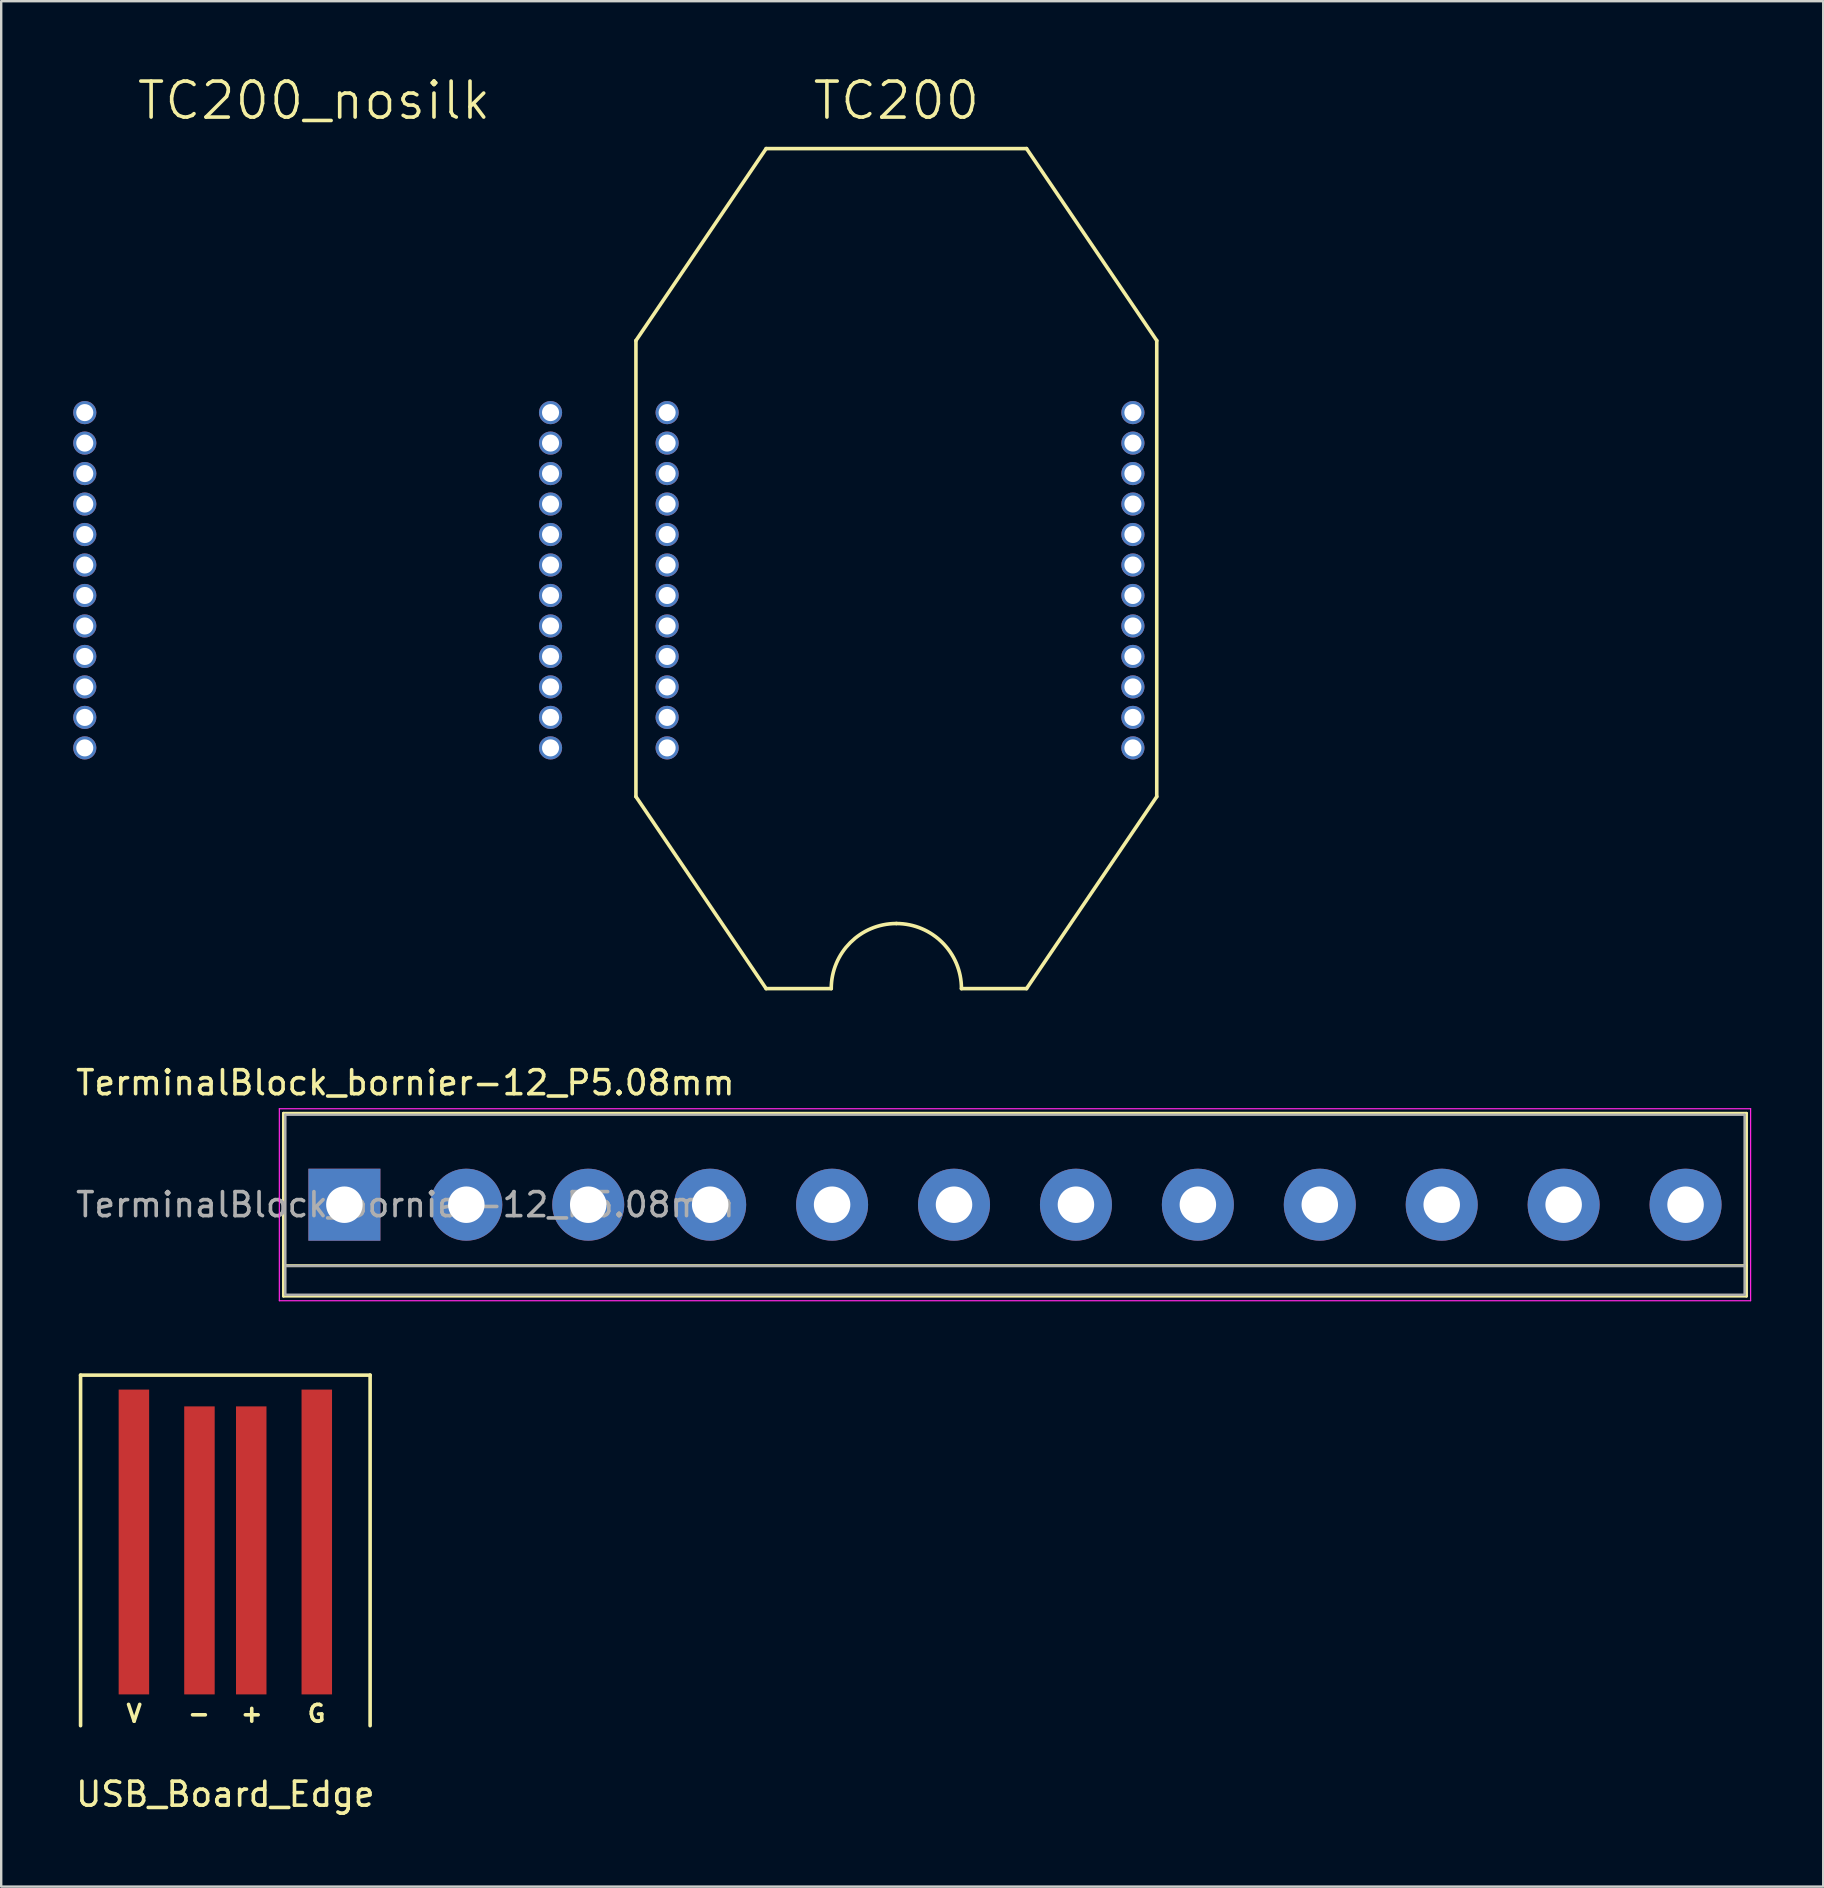
<source format=kicad_pcb>
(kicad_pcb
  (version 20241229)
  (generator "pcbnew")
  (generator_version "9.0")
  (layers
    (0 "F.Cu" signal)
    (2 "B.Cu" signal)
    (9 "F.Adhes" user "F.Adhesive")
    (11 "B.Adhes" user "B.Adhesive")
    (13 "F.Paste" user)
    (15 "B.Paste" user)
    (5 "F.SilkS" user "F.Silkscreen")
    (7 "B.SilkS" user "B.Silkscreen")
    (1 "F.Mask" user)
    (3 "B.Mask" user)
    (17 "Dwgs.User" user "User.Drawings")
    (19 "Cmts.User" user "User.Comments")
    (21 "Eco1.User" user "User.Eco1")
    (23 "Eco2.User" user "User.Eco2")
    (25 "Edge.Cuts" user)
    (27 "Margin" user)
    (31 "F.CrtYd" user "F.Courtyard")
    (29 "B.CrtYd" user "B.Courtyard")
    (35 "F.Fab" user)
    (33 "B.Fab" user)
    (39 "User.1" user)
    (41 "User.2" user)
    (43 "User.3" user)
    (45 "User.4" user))
  (footprint "TC200_nosilk"
    (layer "F.Cu")
    (at 9.976 21.141)
    (property "Reference" "TC200_nosilk" (at 0.056 -20 0) (layer "F.SilkS") (effects (font (size 1.5 1.5) (thickness 0.15))))
    (attr through_hole)
    (pad "1" thru_hole circle (at -9.494 -7) (size 0.965 0.965) (drill 0.711) (layers "*.Cu" "*.Mask"))
    (pad "2" thru_hole circle (at -9.494 -5.73) (size 0.965 0.965) (drill 0.711) (layers "*.Cu" "*.Mask"))
    (pad "3" thru_hole circle (at -9.494 -4.46) (size 0.965 0.965) (drill 0.711) (layers "*.Cu" "*.Mask"))
    (pad "4" thru_hole circle (at -9.494 -3.19) (size 0.965 0.965) (drill 0.711) (layers "*.Cu" "*.Mask"))
    (pad "5" thru_hole circle (at -9.494 -1.92) (size 0.965 0.965) (drill 0.711) (layers "*.Cu" "*.Mask"))
    (pad "6" thru_hole circle (at -9.494 -0.65) (size 0.965 0.965) (drill 0.711) (layers "*.Cu" "*.Mask"))
    (pad "7" thru_hole circle (at -9.494 0.62) (size 0.965 0.965) (drill 0.711) (layers "*.Cu" "*.Mask"))
    (pad "8" thru_hole circle (at -9.494 1.89) (size 0.965 0.965) (drill 0.711) (layers "*.Cu" "*.Mask"))
    (pad "9" thru_hole circle (at -9.494 3.16) (size 0.965 0.965) (drill 0.711) (layers "*.Cu" "*.Mask"))
    (pad "10" thru_hole circle (at -9.494 4.43) (size 0.965 0.965) (drill 0.711) (layers "*.Cu" "*.Mask"))
    (pad "11" thru_hole circle (at -9.494 5.7) (size 0.965 0.965) (drill 0.711) (layers "*.Cu" "*.Mask"))
    (pad "12" thru_hole circle (at -9.494 6.97) (size 0.965 0.965) (drill 0.711) (layers "*.Cu" "*.Mask"))
    (pad "13" thru_hole circle (at 9.912 6.97) (size 0.965 0.965) (drill 0.711) (layers "*.Cu" "*.Mask"))
    (pad "14" thru_hole circle (at 9.912 5.7) (size 0.965 0.965) (drill 0.711) (layers "*.Cu" "*.Mask"))
    (pad "15" thru_hole circle (at 9.912 4.43) (size 0.965 0.965) (drill 0.711) (layers "*.Cu" "*.Mask"))
    (pad "16" thru_hole circle (at 9.912 3.16) (size 0.965 0.965) (drill 0.711) (layers "*.Cu" "*.Mask"))
    (pad "17" thru_hole circle (at 9.912 1.89) (size 0.965 0.965) (drill 0.711) (layers "*.Cu" "*.Mask"))
    (pad "18" thru_hole circle (at 9.912 0.62) (size 0.965 0.965) (drill 0.711) (layers "*.Cu" "*.Mask"))
    (pad "19" thru_hole circle (at 9.912 -0.65) (size 0.965 0.965) (drill 0.711) (layers "*.Cu" "*.Mask"))
    (pad "20" thru_hole circle (at 9.912 -1.92) (size 0.965 0.965) (drill 0.711) (layers "*.Cu" "*.Mask"))
    (pad "21" thru_hole circle (at 9.912 -3.19) (size 0.965 0.965) (drill 0.711) (layers "*.Cu" "*.Mask"))
    (pad "22" thru_hole circle (at 9.912 -4.46) (size 0.965 0.965) (drill 0.711) (layers "*.Cu" "*.Mask"))
    (pad "23" thru_hole circle (at 9.912 -5.73) (size 0.965 0.965) (drill 0.711) (layers "*.Cu" "*.Mask"))
    (pad "24" thru_hole circle (at 9.912 -7) (size 0.965 0.965) (drill 0.711) (layers "*.Cu" "*.Mask")))
  (footprint "USB_Board_Edge"
    (layer "F.Cu")
    (at 6.339 61.547)
    (property "Reference" "USB_Board_Edge" (at 0 10.16 0) (layer "F.SilkS") (effects (font (size 1 1) (thickness 0.15))))
    (attr through_hole)
    (fp_line (start -6.032 -7.303) (end -6.032 7.303) (stroke (width 0.15) (type solid)) (layer "F.SilkS"))
    (fp_line (start -6.032 -7.303) (end 6.032 -7.303) (stroke (width 0.15) (type solid)) (layer "F.SilkS"))
    (fp_line (start 6.032 -7.303) (end 6.032 7.303) (stroke (width 0.15) (type solid)) (layer "F.SilkS"))
    (fp_text user "-" (at -1.1 6.8 0) (layer "F.SilkS") (effects (font (size 0.7 0.7) (thickness 0.15))))
    (fp_text user "+" (at 1.1 6.8 0) (layer "F.SilkS") (effects (font (size 0.7 0.7) (thickness 0.15))))
    (fp_text user "V" (at -3.8 6.8 0) (layer "F.SilkS") (effects (font (size 0.7 0.7) (thickness 0.15))))
    (fp_text user "G" (at 3.8 6.8 0) (layer "F.SilkS") (effects (font (size 0.7 0.7) (thickness 0.15))))
    (pad "1" smd rect (at -3.81 -0.35) (size 1.27 12.7) (layers "F.Cu" "F.Mask" "F.Paste"))
    (pad "2" smd rect (at -1.079 0) (size 1.27 12) (layers "F.Cu" "F.Mask" "F.Paste"))
    (pad "3" smd rect (at 1.079 0) (size 1.27 12) (layers "F.Cu" "F.Mask" "F.Paste"))
    (pad "4" smd rect (at 3.81 -0.35) (size 1.27 12.7) (layers "F.Cu" "F.Mask" "F.Paste")))
  (footprint "TerminalBlock_bornier-12_P5.08mm"
    (layer "F.Cu")
    (at 11.299 47.144)
    (property "Reference" "TerminalBlock_bornier-12_P5.08mm" (at 2.54 -5.08 0) (layer "F.SilkS") (effects (font (size 1 1) (thickness 0.15))))
    (attr through_hole)
    (fp_line (start -2.54 -3.81) (end -2.54 3.81) (stroke (width 0.12) (type solid)) (layer "F.SilkS"))
    (fp_line (start -2.54 3.81) (end 58.42 3.81) (stroke (width 0.12) (type solid)) (layer "F.SilkS"))
    (fp_line (start 58.42 -3.81) (end -2.54 -3.81) (stroke (width 0.12) (type solid)) (layer "F.SilkS"))
    (fp_line (start 58.42 2.54) (end -2.54 2.54) (stroke (width 0.12) (type solid)) (layer "F.SilkS"))
    (fp_line (start 58.42 3.81) (end 58.42 -3.81) (stroke (width 0.12) (type solid)) (layer "F.SilkS"))
    (fp_line (start -2.71 -4) (end -2.71 4) (stroke (width 0.05) (type solid)) (layer "F.CrtYd"))
    (fp_line (start -2.71 -4) (end 58.59 -4) (stroke (width 0.05) (type solid)) (layer "F.CrtYd"))
    (fp_line (start 58.59 4) (end -2.71 4) (stroke (width 0.05) (type solid)) (layer "F.CrtYd"))
    (fp_line (start 58.59 4) (end 58.59 -4) (stroke (width 0.05) (type solid)) (layer "F.CrtYd"))
    (fp_line (start -2.46 -3.75) (end -2.46 3.75) (stroke (width 0.1) (type solid)) (layer "F.Fab"))
    (fp_line (start -2.46 3.75) (end 58.34 3.75) (stroke (width 0.1) (type solid)) (layer "F.Fab"))
    (fp_line (start -2.41 2.55) (end 58.34 2.55) (stroke (width 0.1) (type solid)) (layer "F.Fab"))
    (fp_line (start 58.34 -3.75) (end -2.46 -3.75) (stroke (width 0.1) (type solid)) (layer "F.Fab"))
    (fp_line (start 58.34 3.75) (end 58.34 -3.75) (stroke (width 0.1) (type solid)) (layer "F.Fab"))
    (fp_text user "${REFERENCE}" (at 2.54 0 0) (layer "F.Fab") (effects (font (size 1 1) (thickness 0.15))))
    (pad "1" thru_hole rect (at 0 0) (size 3 3) (drill 1.52) (layers "*.Cu" "*.Mask"))
    (pad "2" thru_hole circle (at 5.08 0) (size 3 3) (drill 1.52) (layers "*.Cu" "*.Mask"))
    (pad "3" thru_hole circle (at 10.16 0) (size 3 3) (drill 1.52) (layers "*.Cu" "*.Mask"))
    (pad "4" thru_hole circle (at 15.24 0) (size 3 3) (drill 1.52) (layers "*.Cu" "*.Mask"))
    (pad "5" thru_hole circle (at 20.32 0) (size 3 3) (drill 1.52) (layers "*.Cu" "*.Mask"))
    (pad "6" thru_hole circle (at 25.4 0) (size 3 3) (drill 1.52) (layers "*.Cu" "*.Mask"))
    (pad "7" thru_hole circle (at 30.48 0) (size 3 3) (drill 1.52) (layers "*.Cu" "*.Mask"))
    (pad "8" thru_hole circle (at 35.56 0) (size 3 3) (drill 1.52) (layers "*.Cu" "*.Mask"))
    (pad "9" thru_hole circle (at 40.64 0) (size 3 3) (drill 1.52) (layers "*.Cu" "*.Mask"))
    (pad "10" thru_hole circle (at 45.72 0) (size 3 3) (drill 1.52) (layers "*.Cu" "*.Mask"))
    (pad "11" thru_hole circle (at 50.8 0) (size 3 3) (drill 1.52) (layers "*.Cu" "*.Mask"))
    (pad "12" thru_hole circle (at 55.88 0) (size 3 3) (drill 1.52) (layers "*.Cu" "*.Mask")))
  (footprint "TC200"
    (layer "F.Cu")
    (at 34.24 21.141)
    (property "Reference" "TC200" (at 0.056 -20 0) (layer "F.SilkS") (effects (font (size 1.5 1.5) (thickness 0.15))))
    (attr through_hole)
    (fp_line (start -10.794 -10) (end -5.369 -18) (stroke (width 0.15) (type solid)) (layer "F.SilkS"))
    (fp_line (start -10.794 9) (end -10.794 -10) (stroke (width 0.15) (type solid)) (layer "F.SilkS"))
    (fp_line (start -10.794 9) (end -5.369 17) (stroke (width 0.15) (type solid)) (layer "F.SilkS"))
    (fp_line (start -5.369 -18) (end 5.481 -18) (stroke (width 0.15) (type solid)) (layer "F.SilkS"))
    (fp_line (start -5.369 17) (end -2.656 17) (stroke (width 0.15) (type solid)) (layer "F.SilkS"))
    (fp_line (start 2.769 17) (end 5.481 17) (stroke (width 0.15) (type solid)) (layer "F.SilkS"))
    (fp_line (start 5.481 -18) (end 10.906 -10) (stroke (width 0.15) (type solid)) (layer "F.SilkS"))
    (fp_line (start 5.481 17) (end 10.906 9) (stroke (width 0.15) (type solid)) (layer "F.SilkS"))
    (fp_line (start 10.906 -10) (end 10.906 9) (stroke (width 0.15) (type solid)) (layer "F.SilkS"))
    (fp_arc (start -2.65625 17) (mid -1.861777 15.081973) (end 0.05625 14.2875) (stroke (width 0.15) (type solid)) (layer "F.SilkS"))
    (fp_arc (start 0.05625 14.2875) (mid 1.974277 15.081973) (end 2.76875 17) (stroke (width 0.15) (type solid)) (layer "F.SilkS"))
    (pad "1" thru_hole circle (at -9.494 -7) (size 0.965 0.965) (drill 0.711) (layers "*.Cu" "*.Mask"))
    (pad "2" thru_hole circle (at -9.494 -5.73) (size 0.965 0.965) (drill 0.711) (layers "*.Cu" "*.Mask"))
    (pad "3" thru_hole circle (at -9.494 -4.46) (size 0.965 0.965) (drill 0.711) (layers "*.Cu" "*.Mask"))
    (pad "4" thru_hole circle (at -9.494 -3.19) (size 0.965 0.965) (drill 0.711) (layers "*.Cu" "*.Mask"))
    (pad "5" thru_hole circle (at -9.494 -1.92) (size 0.965 0.965) (drill 0.711) (layers "*.Cu" "*.Mask"))
    (pad "6" thru_hole circle (at -9.494 -0.65) (size 0.965 0.965) (drill 0.711) (layers "*.Cu" "*.Mask"))
    (pad "7" thru_hole circle (at -9.494 0.62) (size 0.965 0.965) (drill 0.711) (layers "*.Cu" "*.Mask"))
    (pad "8" thru_hole circle (at -9.494 1.89) (size 0.965 0.965) (drill 0.711) (layers "*.Cu" "*.Mask"))
    (pad "9" thru_hole circle (at -9.494 3.16) (size 0.965 0.965) (drill 0.711) (layers "*.Cu" "*.Mask"))
    (pad "10" thru_hole circle (at -9.494 4.43) (size 0.965 0.965) (drill 0.711) (layers "*.Cu" "*.Mask"))
    (pad "11" thru_hole circle (at -9.494 5.7) (size 0.965 0.965) (drill 0.711) (layers "*.Cu" "*.Mask"))
    (pad "12" thru_hole circle (at -9.494 6.97) (size 0.965 0.965) (drill 0.711) (layers "*.Cu" "*.Mask"))
    (pad "13" thru_hole circle (at 9.912 6.97) (size 0.965 0.965) (drill 0.711) (layers "*.Cu" "*.Mask"))
    (pad "14" thru_hole circle (at 9.912 5.7) (size 0.965 0.965) (drill 0.711) (layers "*.Cu" "*.Mask"))
    (pad "15" thru_hole circle (at 9.912 4.43) (size 0.965 0.965) (drill 0.711) (layers "*.Cu" "*.Mask"))
    (pad "16" thru_hole circle (at 9.912 3.16) (size 0.965 0.965) (drill 0.711) (layers "*.Cu" "*.Mask"))
    (pad "17" thru_hole circle (at 9.912 1.89) (size 0.965 0.965) (drill 0.711) (layers "*.Cu" "*.Mask"))
    (pad "18" thru_hole circle (at 9.912 0.62) (size 0.965 0.965) (drill 0.711) (layers "*.Cu" "*.Mask"))
    (pad "19" thru_hole circle (at 9.912 -0.65) (size 0.965 0.965) (drill 0.711) (layers "*.Cu" "*.Mask"))
    (pad "20" thru_hole circle (at 9.912 -1.92) (size 0.965 0.965) (drill 0.711) (layers "*.Cu" "*.Mask"))
    (pad "21" thru_hole circle (at 9.912 -3.19) (size 0.965 0.965) (drill 0.711) (layers "*.Cu" "*.Mask"))
    (pad "22" thru_hole circle (at 9.912 -4.46) (size 0.965 0.965) (drill 0.711) (layers "*.Cu" "*.Mask"))
    (pad "23" thru_hole circle (at 9.912 -5.73) (size 0.965 0.965) (drill 0.711) (layers "*.Cu" "*.Mask"))
    (pad "24" thru_hole circle (at 9.912 -7) (size 0.965 0.965) (drill 0.711) (layers "*.Cu" "*.Mask")))
  (gr_rect
    (start -3 -3)
    (end 72.914 75.555)
    (stroke (width 0.1) (type default))
    (fill no)
    (layer "Edge.Cuts")))
</source>
